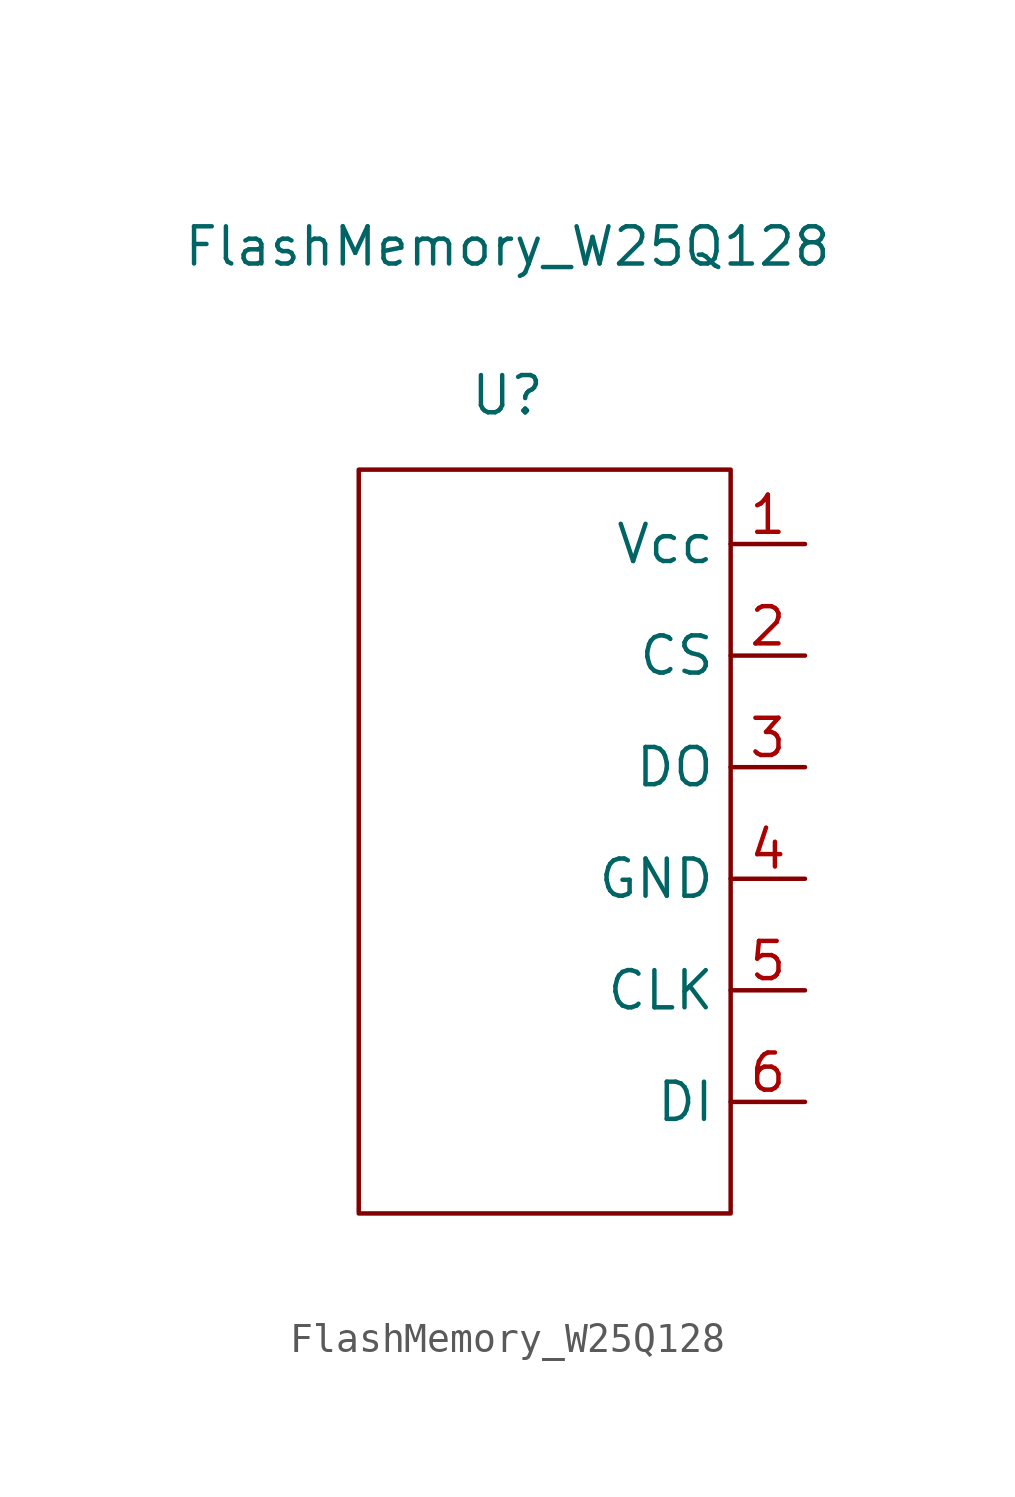
<source format=kicad_sym>
(kicad_symbol_lib
  (version 20211014)
  (generator kicad_symbol_editor)
  (symbol "FlashMemory_W25Q128"
    (property "Reference" "U"
      (at 0 15.24 0)
      (effects (font (size 1.27 1.27))))
    (property "Value" "FlashMemory_W25Q128"
      (at 0 20.32 0)
      (effects (font (size 1.27 1.27))))
    (symbol "FlashMemory_W25Q128_0_1"
      (polyline (pts (xy -5.08 12.7) (xy 7.62 12.7) (xy 7.62 -12.7) (xy -5.08 -12.7) (xy -5.08 12.7)) (stroke (width 0) (type default) (color 0 0 0 0)) (fill (type none))))
    (symbol "FlashMemory_W25Q128_1_1"
      (pin input line (at 10.16 10.16 180) (length 2.54) (name "Vcc" (effects (font (size 1.27 1.27)))) (number "1" (effects (font (size 1.27 1.27)))))
      (pin input line (at 10.16 6.35 180) (length 2.54) (name "CS" (effects (font (size 1.27 1.27)))) (number "2" (effects (font (size 1.27 1.27)))))
      (pin input line (at 10.16 2.54 180) (length 2.54) (name "DO" (effects (font (size 1.27 1.27)))) (number "3" (effects (font (size 1.27 1.27)))))
      (pin input line (at 10.16 -1.27 180) (length 2.54) (name "GND" (effects (font (size 1.27 1.27)))) (number "4" (effects (font (size 1.27 1.27)))))
      (pin output line (at 10.16 -5.08 180) (length 2.54) (name "CLK" (effects (font (size 1.27 1.27)))) (number "5" (effects (font (size 1.27 1.27)))))
      (pin input line (at 10.16 -8.89 180) (length 2.54) (name "DI" (effects (font (size 1.27 1.27)))) (number "6" (effects (font (size 1.27 1.27))))))))
</source>
